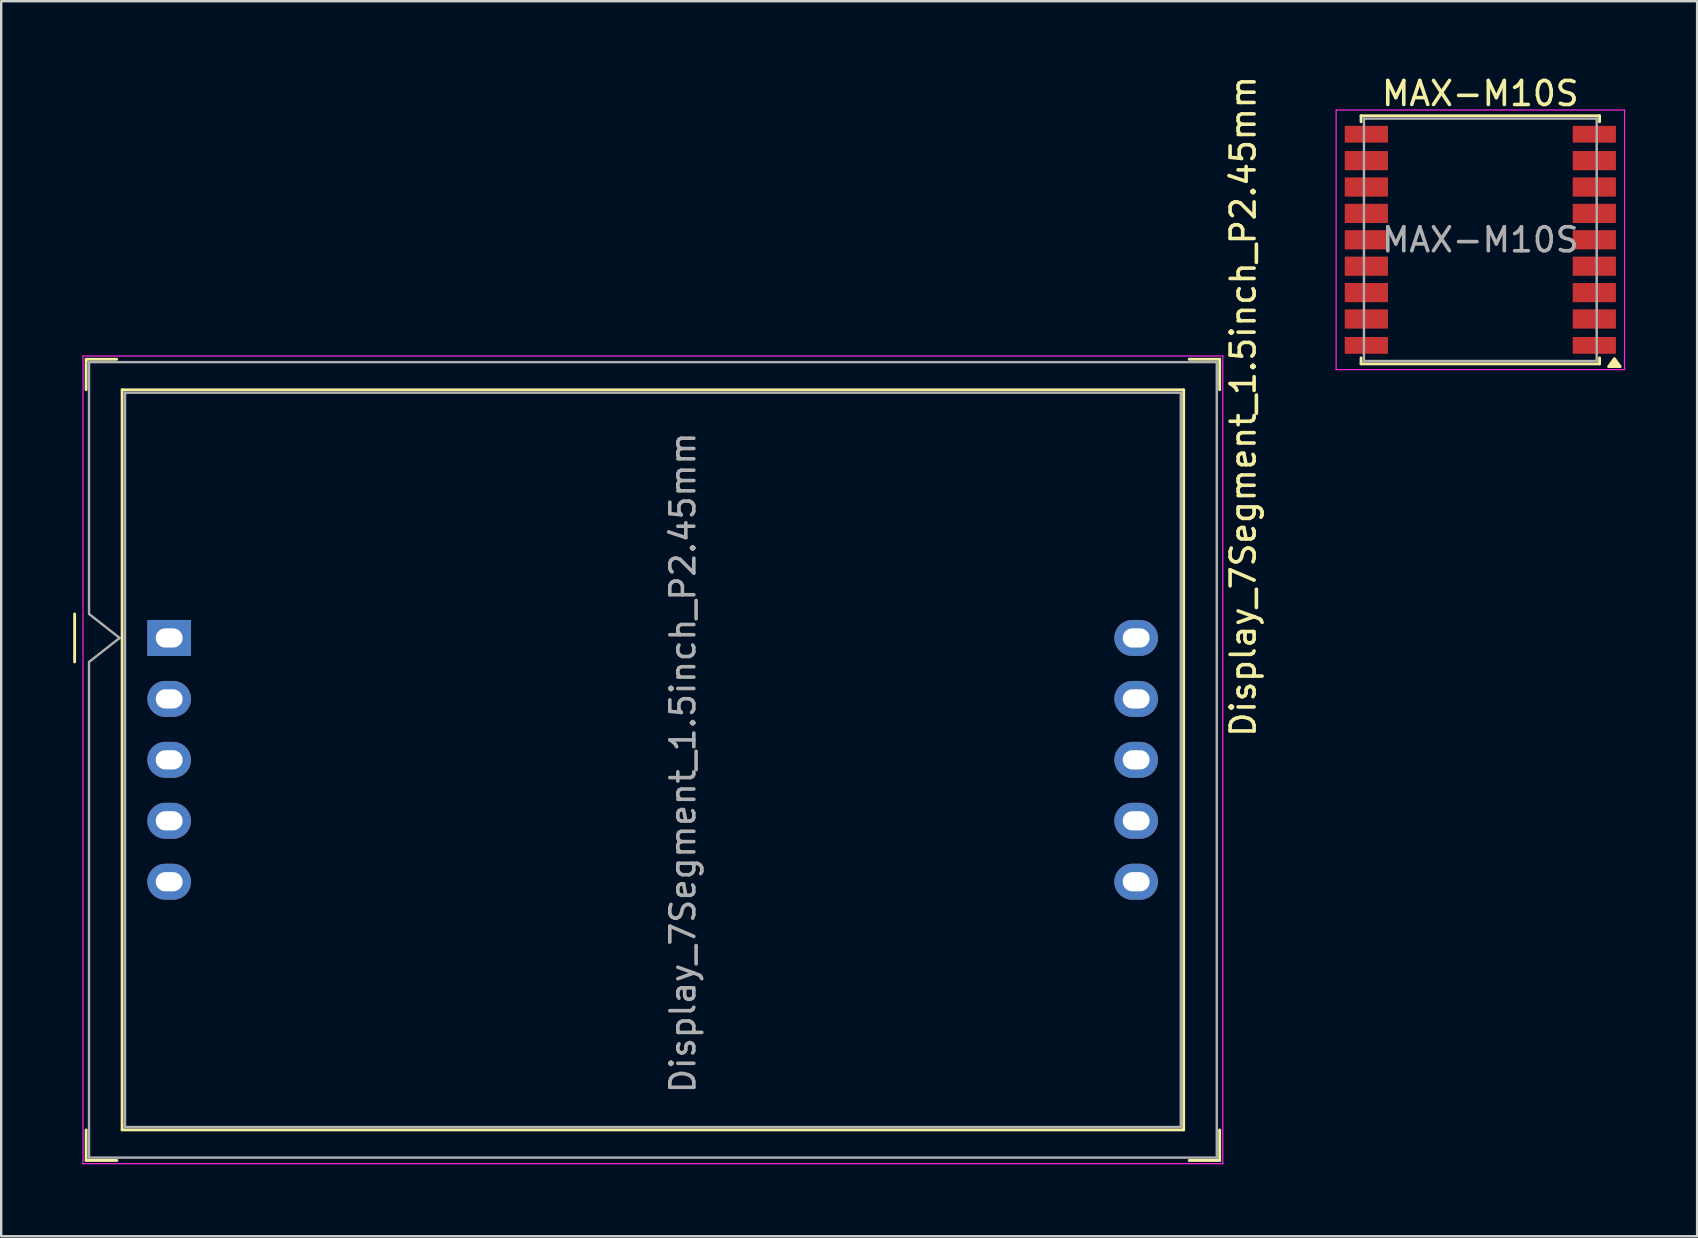
<source format=kicad_pcb>
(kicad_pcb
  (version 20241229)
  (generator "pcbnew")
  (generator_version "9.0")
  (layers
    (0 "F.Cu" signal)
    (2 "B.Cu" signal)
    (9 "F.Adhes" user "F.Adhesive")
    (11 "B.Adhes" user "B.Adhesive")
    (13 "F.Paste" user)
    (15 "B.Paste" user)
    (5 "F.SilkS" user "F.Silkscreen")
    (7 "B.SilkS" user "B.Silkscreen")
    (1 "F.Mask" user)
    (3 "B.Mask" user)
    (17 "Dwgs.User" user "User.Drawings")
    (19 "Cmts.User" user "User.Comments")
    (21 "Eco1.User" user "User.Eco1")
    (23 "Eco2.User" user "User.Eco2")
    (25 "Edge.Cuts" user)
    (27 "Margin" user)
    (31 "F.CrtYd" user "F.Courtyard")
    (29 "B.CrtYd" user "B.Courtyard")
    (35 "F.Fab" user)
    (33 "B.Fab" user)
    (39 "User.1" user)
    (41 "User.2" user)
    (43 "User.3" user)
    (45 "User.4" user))
  (footprint "MAX-M10S"
    (layer "F.Cu")
    (at 58.643 6.944)
    (property "Reference" "MAX-M10S" (at 0 -6.096 0) (unlocked yes) (layer "F.SilkS") (effects (font (size 1 1) (thickness 0.15))))
    (attr smd)
    (fp_line (start -4.97 -5.17) (end 4.97 -5.17) (stroke (width 0.12) (type default)) (layer "F.SilkS"))
    (fp_line (start -4.97 -4.92) (end -4.97 -5.17) (stroke (width 0.12) (type default)) (layer "F.SilkS"))
    (fp_line (start -4.97 5.17) (end -4.97 4.92) (stroke (width 0.12) (type default)) (layer "F.SilkS"))
    (fp_line (start 4.97 -5.17) (end 4.97 -4.92) (stroke (width 0.12) (type default)) (layer "F.SilkS"))
    (fp_line (start 4.97 5.17) (end -4.97 5.17) (stroke (width 0.12) (type default)) (layer "F.SilkS"))
    (fp_line (start 4.97 5.17) (end 4.97 4.92) (stroke (width 0.12) (type default)) (layer "F.SilkS"))
    (fp_poly (pts (xy 5.588 4.953) (xy 5.828 5.283) (xy 5.348 5.283) (xy 5.588 4.953)) (stroke (width 0.12) (type solid)) (fill yes) (layer "F.SilkS"))
    (fp_line (start -6.01 -5.41) (end 6.01 -5.41) (stroke (width 0.05) (type default)) (layer "F.CrtYd"))
    (fp_line (start -6.01 5.41) (end -6.01 -5.41) (stroke (width 0.05) (type default)) (layer "F.CrtYd"))
    (fp_line (start -6.01 5.41) (end 6.01 5.41) (stroke (width 0.05) (type default)) (layer "F.CrtYd"))
    (fp_line (start 6.01 5.41) (end 6.01 -5.41) (stroke (width 0.05) (type default)) (layer "F.CrtYd"))
    (fp_line (start -4.85 -5.05) (end 4.85 -5.05) (stroke (width 0.1) (type default)) (layer "F.Fab"))
    (fp_line (start -4.85 5.05) (end -4.85 -5.05) (stroke (width 0.1) (type default)) (layer "F.Fab"))
    (fp_line (start 4.85 -5.05) (end 4.85 5.05) (stroke (width 0.1) (type default)) (layer "F.Fab"))
    (fp_line (start 4.85 5.05) (end -4.85 5.05) (stroke (width 0.1) (type default)) (layer "F.Fab"))
    (fp_text user "${REFERENCE}" (at 0 0 0) (unlocked yes) (layer "F.Fab") (effects (font (size 1 1) (thickness 0.15))))
    (pad "1" smd rect (at 4.75 4.4) (size 1.8 0.7) (layers "F.Cu" "F.Mask" "F.Paste"))
    (pad "2" smd rect (at 4.75 3.3) (size 1.8 0.8) (layers "F.Cu" "F.Mask" "F.Paste"))
    (pad "3" smd rect (at 4.75 2.2) (size 1.8 0.8) (layers "F.Cu" "F.Mask" "F.Paste"))
    (pad "4" smd rect (at 4.75 1.1) (size 1.8 0.8) (layers "F.Cu" "F.Mask" "F.Paste"))
    (pad "5" smd rect (at 4.75 0) (size 1.8 0.8) (layers "F.Cu" "F.Mask" "F.Paste"))
    (pad "6" smd rect (at 4.75 -1.1) (size 1.8 0.8) (layers "F.Cu" "F.Mask" "F.Paste"))
    (pad "7" smd rect (at 4.75 -2.2) (size 1.8 0.8) (layers "F.Cu" "F.Mask" "F.Paste"))
    (pad "8" smd rect (at 4.75 -3.3) (size 1.8 0.8) (layers "F.Cu" "F.Mask" "F.Paste"))
    (pad "9" smd rect (at 4.75 -4.4) (size 1.8 0.7) (layers "F.Cu" "F.Mask" "F.Paste"))
    (pad "10" smd rect (at -4.75 -4.4) (size 1.8 0.7) (layers "F.Cu" "F.Mask" "F.Paste"))
    (pad "11" smd rect (at -4.75 -3.3) (size 1.8 0.8) (layers "F.Cu" "F.Mask" "F.Paste"))
    (pad "12" smd rect (at -4.75 -2.2) (size 1.8 0.8) (layers "F.Cu" "F.Mask" "F.Paste"))
    (pad "13" smd rect (at -4.75 -1.1) (size 1.8 0.8) (layers "F.Cu" "F.Mask" "F.Paste"))
    (pad "14" smd rect (at -4.75 0) (size 1.8 0.8) (layers "F.Cu" "F.Mask" "F.Paste"))
    (pad "15" smd rect (at -4.75 1.1) (size 1.8 0.8) (layers "F.Cu" "F.Mask" "F.Paste"))
    (pad "16" smd rect (at -4.75 2.2) (size 1.8 0.8) (layers "F.Cu" "F.Mask" "F.Paste"))
    (pad "17" smd rect (at -4.75 3.3) (size 1.8 0.8) (layers "F.Cu" "F.Mask" "F.Paste"))
    (pad "18" smd rect (at -4.75 4.4) (size 1.8 0.7) (layers "F.Cu" "F.Mask" "F.Paste")))
  (footprint "Display_7Segment_1.5inch_P2.45mm"
    (layer "F.Cu")
    (at 3.84 23.537)
    (property "Reference" "Display_7Segment_1.5inch_P2.45mm" (at 44.92 -9.65 270) (layer "F.SilkS") (effects (font (size 1 1) (thickness 0.15))))
    (attr through_hole)
    (fp_line (start -3.78 -1) (end -3.78 1) (stroke (width 0.12) (type solid)) (layer "F.SilkS"))
    (fp_line (start -3.3 -11.615) (end -3.3 -10.345) (stroke (width 0.12) (type default)) (layer "F.SilkS"))
    (fp_line (start -3.3 20.505) (end -3.3 21.775) (stroke (width 0.12) (type default)) (layer "F.SilkS"))
    (fp_line (start -3.3 21.775) (end -2.02 21.775) (stroke (width 0.12) (type default)) (layer "F.SilkS"))
    (fp_line (start -2.03 -11.615) (end -3.3 -11.615) (stroke (width 0.12) (type default)) (layer "F.SilkS"))
    (fp_line (start -1.8 20.5) (end -1.8 -10.34) (stroke (width 0.12) (type default)) (layer "F.SilkS"))
    (fp_line (start 42.44 -10.34) (end -1.8 -10.34) (stroke (width 0.12) (type default)) (layer "F.SilkS"))
    (fp_line (start 42.44 20.5) (end -1.8 20.5) (stroke (width 0.12) (type default)) (layer "F.SilkS"))
    (fp_line (start 42.44 20.5) (end 42.44 -10.34) (stroke (width 0.12) (type default)) (layer "F.SilkS"))
    (fp_line (start 42.67 21.775) (end 43.94 21.775) (stroke (width 0.12) (type default)) (layer "F.SilkS"))
    (fp_line (start 43.94 -11.615) (end 42.67 -11.615) (stroke (width 0.12) (type default)) (layer "F.SilkS"))
    (fp_line (start 43.94 -10.345) (end 43.94 -11.615) (stroke (width 0.12) (type default)) (layer "F.SilkS"))
    (fp_line (start 43.94 21.775) (end 43.94 20.505) (stroke (width 0.12) (type default)) (layer "F.SilkS"))
    (fp_line (start -3.43 -11.75) (end 44.07 -11.75) (stroke (width 0.05) (type solid)) (layer "F.CrtYd"))
    (fp_line (start -3.43 21.91) (end -3.43 -11.75) (stroke (width 0.05) (type solid)) (layer "F.CrtYd"))
    (fp_line (start 44.07 -11.75) (end 44.07 21.91) (stroke (width 0.05) (type solid)) (layer "F.CrtYd"))
    (fp_line (start 44.07 21.91) (end -3.43 21.91) (stroke (width 0.05) (type solid)) (layer "F.CrtYd"))
    (fp_line (start -3.18 -11.495) (end -3.18 -1) (stroke (width 0.1) (type solid)) (layer "F.Fab"))
    (fp_line (start -3.18 -1) (end -1.905 0) (stroke (width 0.1) (type solid)) (layer "F.Fab"))
    (fp_line (start -3.18 1) (end -3.18 21.655) (stroke (width 0.1) (type solid)) (layer "F.Fab"))
    (fp_line (start -3.18 21.655) (end 43.82 21.655) (stroke (width 0.1) (type solid)) (layer "F.Fab"))
    (fp_line (start -1.905 0) (end -3.18 1) (stroke (width 0.1) (type solid)) (layer "F.Fab"))
    (fp_line (start -1.68 -10.22) (end -1.68 20.38) (stroke (width 0.1) (type default)) (layer "F.Fab"))
    (fp_line (start 42.32 -10.22) (end -1.68 -10.22) (stroke (width 0.1) (type default)) (layer "F.Fab"))
    (fp_line (start 42.32 -10.22) (end 42.32 20.38) (stroke (width 0.1) (type default)) (layer "F.Fab"))
    (fp_line (start 42.32 20.38) (end -1.68 20.38) (stroke (width 0.1) (type default)) (layer "F.Fab"))
    (fp_line (start 43.82 -11.495) (end -3.18 -11.495) (stroke (width 0.1) (type solid)) (layer "F.Fab"))
    (fp_line (start 43.82 21.655) (end 43.82 -11.495) (stroke (width 0.1) (type solid)) (layer "F.Fab"))
    (fp_text user "${REFERENCE}" (at 21.57 5.2 270) (layer "F.Fab") (effects (font (size 1 1) (thickness 0.15))))
    (pad "1" thru_hole rect (at 0.16 0 270) (size 1.5 1.82) (drill oval 0.8 1.12) (layers "*.Cu" "*.Mask"))
    (pad "2" thru_hole oval (at 0.16 2.54 270) (size 1.5 1.82) (drill oval 0.8 1.12) (layers "*.Cu" "*.Mask"))
    (pad "3" thru_hole oval (at 0.16 5.08 270) (size 1.5 1.82) (drill oval 0.8 1.12) (layers "*.Cu" "*.Mask"))
    (pad "4" thru_hole oval (at 0.16 7.62 270) (size 1.5 1.82) (drill oval 0.8 1.12) (layers "*.Cu" "*.Mask"))
    (pad "5" thru_hole oval (at 0.16 10.16 270) (size 1.5 1.82) (drill oval 0.8 1.12) (layers "*.Cu" "*.Mask"))
    (pad "6" thru_hole oval (at 40.46 10.16 270) (size 1.5 1.82) (drill oval 0.8 1.12) (layers "*.Cu" "*.Mask"))
    (pad "7" thru_hole oval (at 40.46 7.62 270) (size 1.5 1.82) (drill oval 0.8 1.12) (layers "*.Cu" "*.Mask"))
    (pad "8" thru_hole oval (at 40.46 5.08 270) (size 1.5 1.82) (drill oval 0.8 1.12) (layers "*.Cu" "*.Mask"))
    (pad "9" thru_hole oval (at 40.46 2.54 270) (size 1.5 1.82) (drill oval 0.8 1.12) (layers "*.Cu" "*.Mask"))
    (pad "10" thru_hole oval (at 40.46 0 270) (size 1.5 1.82) (drill oval 0.8 1.12) (layers "*.Cu" "*.Mask")))
  (gr_rect
    (start -3 -3)
    (end 67.678 48.472)
    (stroke (width 0.1) (type default))
    (fill no)
    (layer "Edge.Cuts")))
</source>
